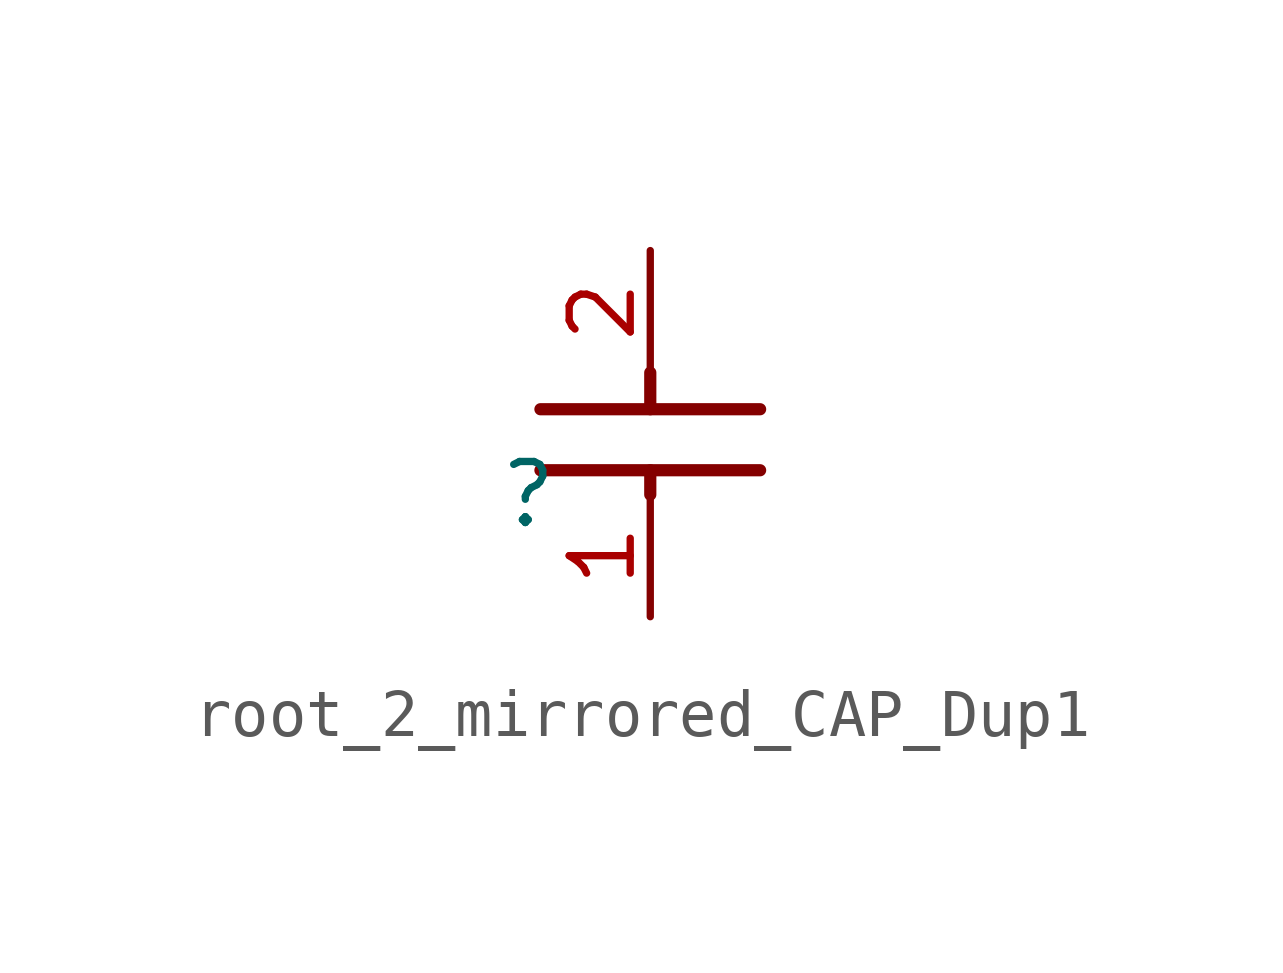
<source format=kicad_sym>
(kicad_symbol_lib
  (version 20231120)
  (generator "kicad_symbol_editor")
  (generator_version "8.0")
  (symbol "root_2_mirrored_CAP_Dup1"
    (property "Reference" ""
      (at 0 0 0)
      (effects (font (size 1.27 1.27))))
    (property "Value" ""
      (at 0 0 0)
      (effects (font (size 1.27 1.27))))
    (symbol "root_2_mirrored_CAP_Dup1_1_0"
      (polyline (pts (xy 0.254 0.508) (xy 4.826 0.508)) (stroke (width 0.254) (type solid)) (fill (type none)))
      (polyline (pts (xy 0.254 1.778) (xy 4.826 1.778)) (stroke (width 0.254) (type solid)) (fill (type none)))
      (polyline (pts (xy 2.54 0) (xy 2.54 0.508)) (stroke (width 0.254) (type solid)) (fill (type none)))
      (polyline (pts (xy 2.54 2.54) (xy 2.54 1.778)) (stroke (width 0.254) (type solid)) (fill (type none)))
      (pin passive line (at 2.54 -2.54 90) (length 2.54) (name "1" (effects (font (size 0 0)))) (number "1" (effects (font (size 1.27 1.27)))))
      (pin passive line (at 2.54 5.08 270) (length 2.54) (name "2" (effects (font (size 0 0)))) (number "2" (effects (font (size 1.27 1.27))))))))
</source>
